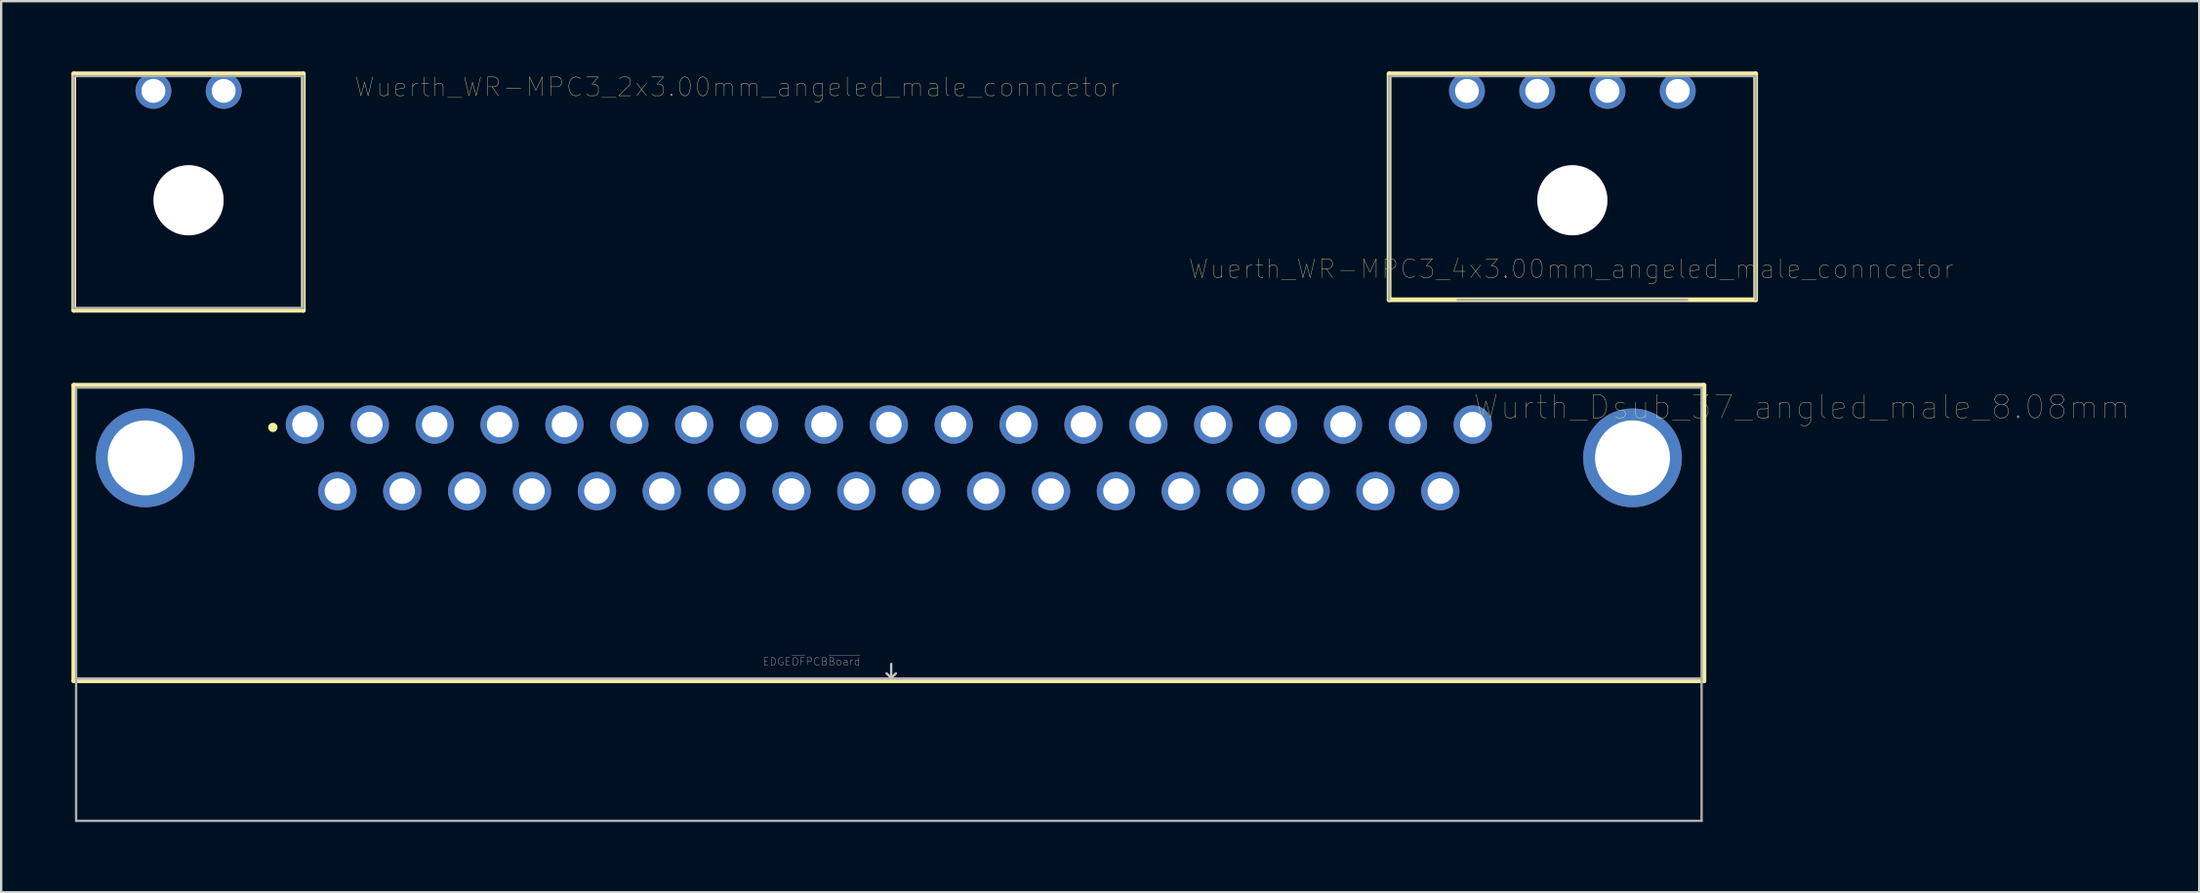
<source format=kicad_pcb>
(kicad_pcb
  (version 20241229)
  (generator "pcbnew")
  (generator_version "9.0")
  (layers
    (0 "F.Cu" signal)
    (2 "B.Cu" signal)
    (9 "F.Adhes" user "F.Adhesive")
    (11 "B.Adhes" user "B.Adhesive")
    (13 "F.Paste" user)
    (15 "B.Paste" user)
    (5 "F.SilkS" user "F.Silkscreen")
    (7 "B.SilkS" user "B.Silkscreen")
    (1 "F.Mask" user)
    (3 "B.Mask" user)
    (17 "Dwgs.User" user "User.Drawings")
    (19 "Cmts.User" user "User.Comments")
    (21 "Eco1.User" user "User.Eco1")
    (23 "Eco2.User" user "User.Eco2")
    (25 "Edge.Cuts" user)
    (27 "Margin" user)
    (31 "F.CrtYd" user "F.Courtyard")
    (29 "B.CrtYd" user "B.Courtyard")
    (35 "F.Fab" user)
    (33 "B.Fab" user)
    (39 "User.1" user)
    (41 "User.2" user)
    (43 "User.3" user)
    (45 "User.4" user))
  (footprint "Wuerth_WR-MPC3_2x3.00mm_angeled_male_conncetor"
    (layer "F.Cu")
    (at 5 5.15)
    (property "Reference" "Wuerth_WR-MPC3_2x3.00mm_angeled_male_conncetor" (at 23.42 -4.483 0) (layer "F.SilkS") (effects (font (size 0.8 0.8) (thickness 0.015))))
    (attr through_hole)
    (fp_line (start -4.9 -5.05) (end 4.9 -5.05) (stroke (width 0.2) (type solid)) (layer "F.SilkS"))
    (fp_line (start -4.9 5.05) (end -4.9 -5.05) (stroke (width 0.2) (type solid)) (layer "F.SilkS"))
    (fp_line (start 4.9 -5.05) (end 4.9 5.05) (stroke (width 0.2) (type solid)) (layer "F.SilkS"))
    (fp_line (start 4.9 5.05) (end -4.9 5.05) (stroke (width 0.2) (type solid)) (layer "F.SilkS"))
    (fp_line (start -4.9 -4.95) (end 4.9 -4.95) (stroke (width 0.1) (type solid)) (layer "F.Fab"))
    (fp_line (start -4.9 4.95) (end -4.9 -4.95) (stroke (width 0.1) (type solid)) (layer "F.Fab"))
    (fp_line (start 4.9 -4.95) (end 4.9 4.95) (stroke (width 0.1) (type solid)) (layer "F.Fab"))
    (fp_line (start 4.9 4.95) (end -4.9 4.95) (stroke (width 0.1) (type solid)) (layer "F.Fab"))
    (pad "" np_thru_hole circle (at 0 0.35) (size 3 3) (drill 3) (layers "*.Cu" "*.Mask"))
    (pad "1" thru_hole circle (at -1.5 -4.32) (size 1.53 1.53) (drill 1.02) (layers "*.Cu" "*.Mask"))
    (pad "2" thru_hole circle (at 1.5 -4.32) (size 1.53 1.53) (drill 1.02) (layers "*.Cu" "*.Mask")))
  (footprint "Wurth_Dsub_37_angled_male_8.08mm"
    (layer "F.Cu")
    (at 34.9 22.8)
    (property "Reference" "Wurth_Dsub_37_angled_male_8.08mm" (at 38.975 -8.47 0) (layer "F.SilkS") (effects (font (size 1 1) (thickness 0.015))))
    (attr through_hole)
    (fp_line (start -34.8 -9.4) (end 34.8 -9.4) (stroke (width 0.2) (type solid)) (layer "F.SilkS"))
    (fp_line (start -34.8 3.22) (end -34.8 -9.4) (stroke (width 0.2) (type solid)) (layer "F.SilkS"))
    (fp_line (start 34.8 -9.4) (end 34.8 3.22) (stroke (width 0.2) (type solid)) (layer "F.SilkS"))
    (fp_line (start 34.8 3.22) (end -34.8 3.22) (stroke (width 0.2) (type solid)) (layer "F.SilkS"))
    (fp_circle (center -26.3 -7.6) (end -26.2 -7.6) (stroke (width 0.2) (type solid)) (fill no) (layer "F.SilkS"))
    (fp_line (start 0.1 2.5) (end 0.1 3.1) (stroke (width 0.1) (type solid)) (layer "Dwgs.User"))
    (fp_line (start 0.1 3.1) (end -0.1 2.9) (stroke (width 0.1) (type solid)) (layer "Dwgs.User"))
    (fp_line (start 0.1 3.1) (end 0.3 2.9) (stroke (width 0.1) (type solid)) (layer "Dwgs.User"))
    (fp_line (start -34.7 -9.3) (end 34.7 -9.3) (stroke (width 0.1) (type solid)) (layer "F.Fab"))
    (fp_line (start -34.7 3.12) (end -34.7 -9.3) (stroke (width 0.1) (type solid)) (layer "F.Fab"))
    (fp_line (start -34.7 3.12) (end -34.7 9.2) (stroke (width 0.1) (type solid)) (layer "F.Fab"))
    (fp_line (start 34.7 -9.3) (end 34.7 3.12) (stroke (width 0.1) (type solid)) (layer "F.Fab"))
    (fp_line (start 34.7 3.12) (end -34.7 3.12) (stroke (width 0.1) (type solid)) (layer "F.Fab"))
    (fp_line (start 34.7 3.12) (end 34.7 9.2) (stroke (width 0.1) (type solid)) (layer "F.Fab"))
    (fp_line (start 34.7 9.2) (end -34.7 9.2) (stroke (width 0.1) (type solid)) (layer "F.Fab"))
    (fp_text user "EDGE~{OF}PCB~{Board}" (at -3.3 2.4 0) (layer "Dwgs.User") (effects (font (size 0.32 0.32) (thickness 0.015))))
    (pad "0" thru_hole circle (at -31.75 -6.3) (size 4.216 4.216) (drill 3.2) (layers "*.Cu" "*.Mask"))
    (pad "0" thru_hole circle (at 31.75 -6.3) (size 4.216 4.216) (drill 3.2) (layers "*.Cu" "*.Mask"))
    (pad "1" thru_hole circle (at -24.93 -7.72) (size 1.635 1.635) (drill 1.09) (layers "*.Cu" "*.Mask"))
    (pad "2" thru_hole circle (at -22.16 -7.72) (size 1.635 1.635) (drill 1.09) (layers "*.Cu" "*.Mask"))
    (pad "3" thru_hole circle (at -19.39 -7.72) (size 1.635 1.635) (drill 1.09) (layers "*.Cu" "*.Mask"))
    (pad "4" thru_hole circle (at -16.62 -7.72) (size 1.635 1.635) (drill 1.09) (layers "*.Cu" "*.Mask"))
    (pad "5" thru_hole circle (at -13.85 -7.72) (size 1.635 1.635) (drill 1.09) (layers "*.Cu" "*.Mask"))
    (pad "6" thru_hole circle (at -11.08 -7.72) (size 1.635 1.635) (drill 1.09) (layers "*.Cu" "*.Mask"))
    (pad "7" thru_hole circle (at -8.31 -7.72) (size 1.635 1.635) (drill 1.09) (layers "*.Cu" "*.Mask"))
    (pad "8" thru_hole circle (at -5.54 -7.72) (size 1.635 1.635) (drill 1.09) (layers "*.Cu" "*.Mask"))
    (pad "9" thru_hole circle (at -2.77 -7.72) (size 1.635 1.635) (drill 1.09) (layers "*.Cu" "*.Mask"))
    (pad "10" thru_hole circle (at 0 -7.72) (size 1.635 1.635) (drill 1.09) (layers "*.Cu" "*.Mask"))
    (pad "11" thru_hole circle (at 2.77 -7.72) (size 1.635 1.635) (drill 1.09) (layers "*.Cu" "*.Mask"))
    (pad "12" thru_hole circle (at 5.54 -7.72) (size 1.635 1.635) (drill 1.09) (layers "*.Cu" "*.Mask"))
    (pad "13" thru_hole circle (at 8.31 -7.72) (size 1.635 1.635) (drill 1.09) (layers "*.Cu" "*.Mask"))
    (pad "14" thru_hole circle (at 11.08 -7.72) (size 1.635 1.635) (drill 1.09) (layers "*.Cu" "*.Mask"))
    (pad "15" thru_hole circle (at 13.85 -7.72) (size 1.635 1.635) (drill 1.09) (layers "*.Cu" "*.Mask"))
    (pad "16" thru_hole circle (at 16.62 -7.72) (size 1.635 1.635) (drill 1.09) (layers "*.Cu" "*.Mask"))
    (pad "17" thru_hole circle (at 19.39 -7.72) (size 1.635 1.635) (drill 1.09) (layers "*.Cu" "*.Mask"))
    (pad "18" thru_hole circle (at 22.16 -7.72) (size 1.635 1.635) (drill 1.09) (layers "*.Cu" "*.Mask"))
    (pad "19" thru_hole circle (at 24.93 -7.72) (size 1.635 1.635) (drill 1.09) (layers "*.Cu" "*.Mask"))
    (pad "20" thru_hole circle (at -23.545 -4.88) (size 1.635 1.635) (drill 1.09) (layers "*.Cu" "*.Mask"))
    (pad "21" thru_hole circle (at -20.775 -4.88) (size 1.635 1.635) (drill 1.09) (layers "*.Cu" "*.Mask"))
    (pad "22" thru_hole circle (at -18.005 -4.88) (size 1.635 1.635) (drill 1.09) (layers "*.Cu" "*.Mask"))
    (pad "23" thru_hole circle (at -15.235 -4.88) (size 1.635 1.635) (drill 1.09) (layers "*.Cu" "*.Mask"))
    (pad "24" thru_hole circle (at -12.465 -4.88) (size 1.635 1.635) (drill 1.09) (layers "*.Cu" "*.Mask"))
    (pad "25" thru_hole circle (at -9.695 -4.88) (size 1.635 1.635) (drill 1.09) (layers "*.Cu" "*.Mask"))
    (pad "26" thru_hole circle (at -6.925 -4.88) (size 1.635 1.635) (drill 1.09) (layers "*.Cu" "*.Mask"))
    (pad "27" thru_hole circle (at -4.155 -4.88) (size 1.635 1.635) (drill 1.09) (layers "*.Cu" "*.Mask"))
    (pad "28" thru_hole circle (at -1.385 -4.88) (size 1.635 1.635) (drill 1.09) (layers "*.Cu" "*.Mask"))
    (pad "29" thru_hole circle (at 1.385 -4.88) (size 1.635 1.635) (drill 1.09) (layers "*.Cu" "*.Mask"))
    (pad "30" thru_hole circle (at 4.155 -4.88) (size 1.635 1.635) (drill 1.09) (layers "*.Cu" "*.Mask"))
    (pad "31" thru_hole circle (at 6.925 -4.88) (size 1.635 1.635) (drill 1.09) (layers "*.Cu" "*.Mask"))
    (pad "32" thru_hole circle (at 9.695 -4.88) (size 1.635 1.635) (drill 1.09) (layers "*.Cu" "*.Mask"))
    (pad "33" thru_hole circle (at 12.465 -4.88) (size 1.635 1.635) (drill 1.09) (layers "*.Cu" "*.Mask"))
    (pad "34" thru_hole circle (at 15.235 -4.88) (size 1.635 1.635) (drill 1.09) (layers "*.Cu" "*.Mask"))
    (pad "35" thru_hole circle (at 18.005 -4.88) (size 1.635 1.635) (drill 1.09) (layers "*.Cu" "*.Mask"))
    (pad "36" thru_hole circle (at 20.775 -4.88) (size 1.635 1.635) (drill 1.09) (layers "*.Cu" "*.Mask"))
    (pad "37" thru_hole circle (at 23.545 -4.88) (size 1.635 1.635) (drill 1.09) (layers "*.Cu" "*.Mask")))
  (footprint "Wuerth_WR-MPC3_4x3.00mm_angeled_male_conncetor"
    (layer "F.Cu")
    (at 64.082 5.15)
    (property "Reference" "Wuerth_WR-MPC3_4x3.00mm_angeled_male_conncetor" (at -0.053 3.282 0) (layer "F.SilkS") (effects (font (size 0.8 0.8) (thickness 0.015))))
    (attr through_hole)
    (fp_line (start -7.825 -5.05) (end 7.825 -5.05) (stroke (width 0.2) (type solid)) (layer "F.SilkS"))
    (fp_line (start -7.825 4.6) (end -7.825 -5.05) (stroke (width 0.2) (type solid)) (layer "F.SilkS"))
    (fp_line (start -7.825 4.6) (end 7.825 4.6) (stroke (width 0.2) (type solid)) (layer "F.SilkS"))
    (fp_line (start 7.825 -5.05) (end 7.825 4.6) (stroke (width 0.2) (type solid)) (layer "F.SilkS"))
    (fp_line (start -7.825 -4.95) (end 7.825 -4.95) (stroke (width 0.1) (type solid)) (layer "F.Fab"))
    (fp_line (start -7.825 4.6) (end -7.825 -4.95) (stroke (width 0.1) (type solid)) (layer "F.Fab"))
    (fp_line (start 4.9 4.6) (end -4.9 4.6) (stroke (width 0.1) (type solid)) (layer "F.Fab"))
    (fp_line (start 7.825 -4.95) (end 7.825 4.6) (stroke (width 0.1) (type solid)) (layer "F.Fab"))
    (pad "" np_thru_hole circle (at 0 0.35) (size 3 3) (drill 3) (layers "*.Cu" "*.Mask"))
    (pad "1" thru_hole circle (at -4.5 -4.32) (size 1.53 1.53) (drill 1.02) (layers "*.Cu" "*.Mask"))
    (pad "2" thru_hole circle (at -1.5 -4.32) (size 1.53 1.53) (drill 1.02) (layers "*.Cu" "*.Mask"))
    (pad "3" thru_hole circle (at 1.5 -4.32) (size 1.53 1.53) (drill 1.02) (layers "*.Cu" "*.Mask"))
    (pad "4" thru_hole circle (at 4.5 -4.32) (size 1.53 1.53) (drill 1.02) (layers "*.Cu" "*.Mask")))
  (gr_rect
    (start -3 -3)
    (end 90.845 35.05)
    (stroke (width 0.1) (type default))
    (fill no)
    (layer "Edge.Cuts")))
</source>
